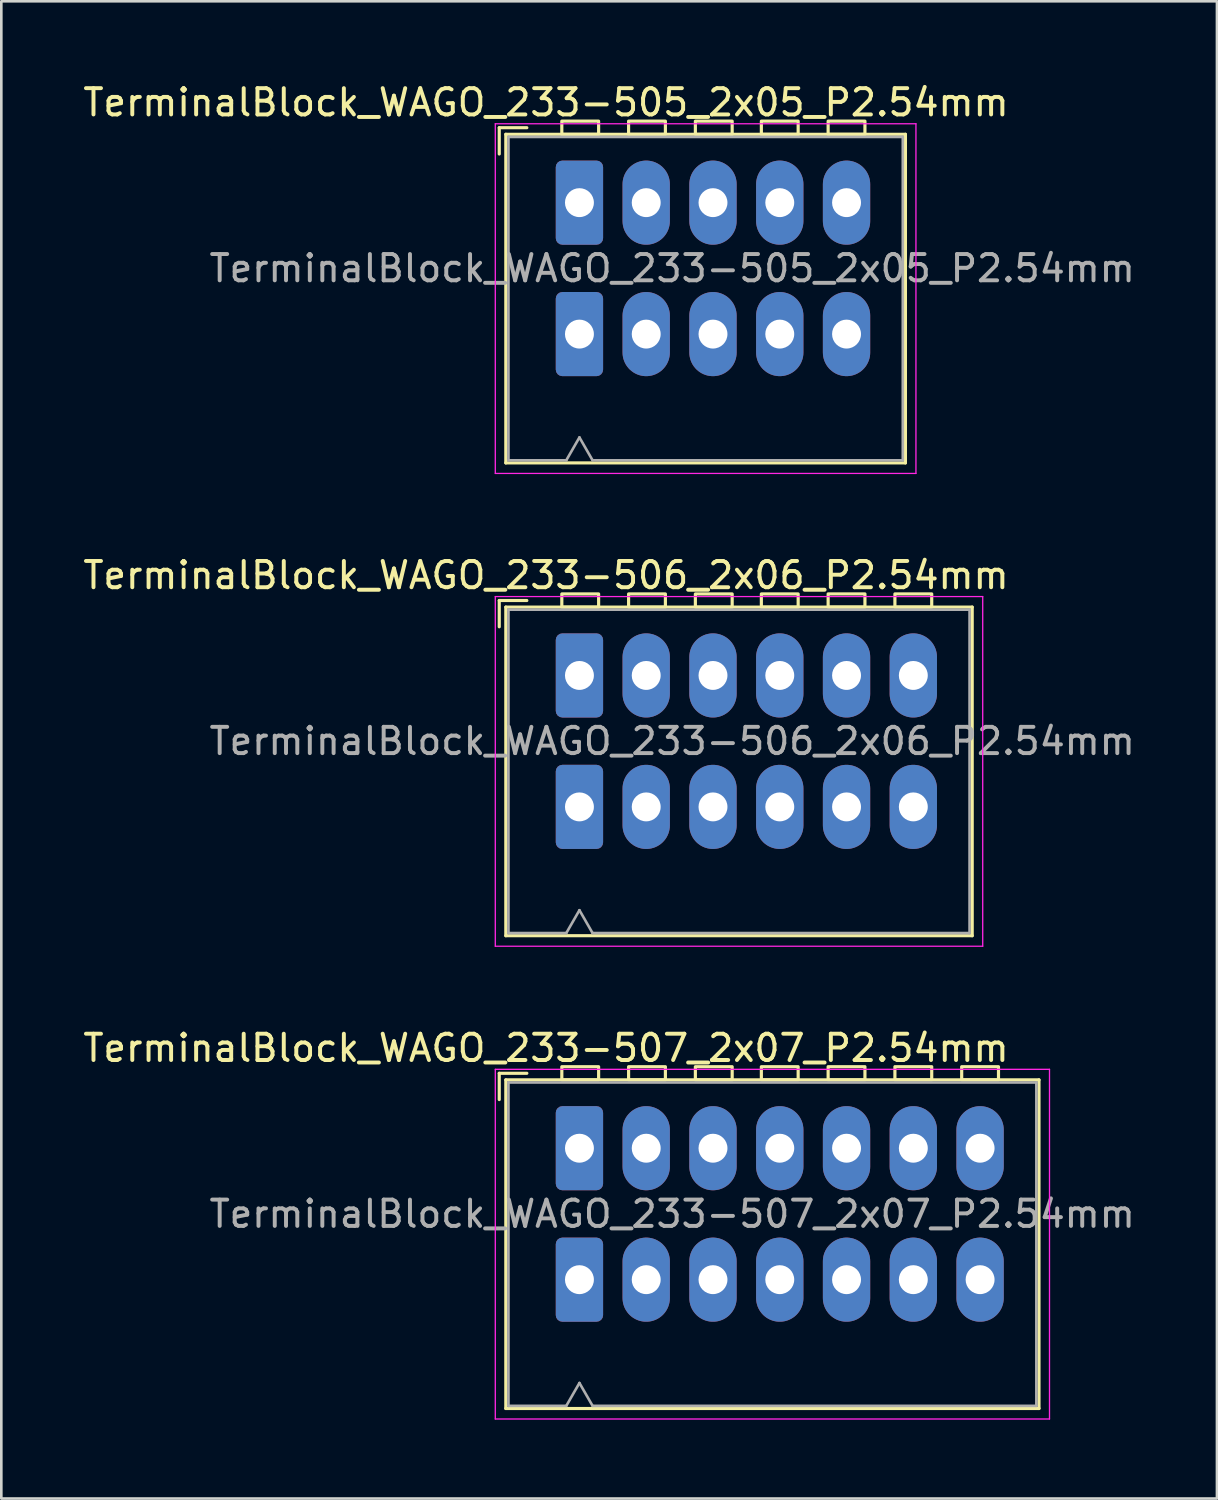
<source format=kicad_pcb>
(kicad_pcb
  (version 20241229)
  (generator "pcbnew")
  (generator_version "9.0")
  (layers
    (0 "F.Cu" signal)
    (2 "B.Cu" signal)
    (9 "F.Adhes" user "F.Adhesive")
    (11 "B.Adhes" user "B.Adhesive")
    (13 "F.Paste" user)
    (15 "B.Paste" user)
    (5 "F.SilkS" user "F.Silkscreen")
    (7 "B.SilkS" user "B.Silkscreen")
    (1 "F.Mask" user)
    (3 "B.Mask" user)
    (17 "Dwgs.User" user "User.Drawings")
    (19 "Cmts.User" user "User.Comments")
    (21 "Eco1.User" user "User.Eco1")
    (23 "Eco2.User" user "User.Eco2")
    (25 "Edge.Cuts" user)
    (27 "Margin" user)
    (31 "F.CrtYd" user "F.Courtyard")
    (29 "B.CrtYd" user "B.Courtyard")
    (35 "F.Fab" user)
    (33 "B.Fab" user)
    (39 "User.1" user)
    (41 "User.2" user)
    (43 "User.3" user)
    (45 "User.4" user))
  (footprint "TerminalBlock_WAGO_233-506_2x06_P2.54mm"
    (layer "F.Cu")
    (at 18.99 22.642)
    (property "Reference" "TerminalBlock_WAGO_233-506_2x06_P2.54mm" (at -1.27 -3.81 0) (layer "F.SilkS") (effects (font (size 1 1) (thickness 0.15))))
    (attr through_hole)
    (fp_line (start -3.05 -2.85) (end -3.05 -1.85) (stroke (width 0.12) (type default)) (layer "F.SilkS"))
    (fp_line (start -3.05 -2.85) (end -2 -2.85) (stroke (width 0.12) (type default)) (layer "F.SilkS"))
    (fp_line (start -2.8 -2.6) (end 14.94 -2.6) (stroke (width 0.12) (type solid)) (layer "F.SilkS"))
    (fp_line (start -2.8 9.9) (end -2.8 -2.6) (stroke (width 0.12) (type solid)) (layer "F.SilkS"))
    (fp_line (start 14.94 -2.6) (end 14.94 9.9) (stroke (width 0.12) (type solid)) (layer "F.SilkS"))
    (fp_line (start 14.94 9.9) (end -2.8 9.9) (stroke (width 0.12) (type solid)) (layer "F.SilkS"))
    (fp_rect (start -0.67 -3.1) (end 0.73 -2.6) (stroke (width 0.12) (type default)) (fill no) (layer "F.SilkS"))
    (fp_rect (start 1.87 -3.1) (end 3.27 -2.6) (stroke (width 0.12) (type default)) (fill no) (layer "F.SilkS"))
    (fp_rect (start 4.41 -3.1) (end 5.81 -2.6) (stroke (width 0.12) (type default)) (fill no) (layer "F.SilkS"))
    (fp_rect (start 6.92 -3.1) (end 8.32 -2.6) (stroke (width 0.12) (type default)) (fill no) (layer "F.SilkS"))
    (fp_rect (start 9.46 -3.101) (end 10.86 -2.601) (stroke (width 0.12) (type default)) (fill no) (layer "F.SilkS"))
    (fp_rect (start 12 -3.101) (end 13.4 -2.601) (stroke (width 0.12) (type default)) (fill no) (layer "F.SilkS"))
    (fp_line (start -3.2 -3) (end 15.34 -3) (stroke (width 0.05) (type solid)) (layer "F.CrtYd"))
    (fp_line (start -3.2 10.3) (end -3.2 -3) (stroke (width 0.05) (type solid)) (layer "F.CrtYd"))
    (fp_line (start 15.34 -3) (end 15.34 10.3) (stroke (width 0.05) (type solid)) (layer "F.CrtYd"))
    (fp_line (start 15.34 10.3) (end -3.2 10.3) (stroke (width 0.05) (type solid)) (layer "F.CrtYd"))
    (fp_line (start -2.7 -2.5) (end 14.84 -2.5) (stroke (width 0.1) (type default)) (layer "F.Fab"))
    (fp_line (start -2.7 9.8) (end -2.7 -2.5) (stroke (width 0.1) (type default)) (layer "F.Fab"))
    (fp_line (start -2.7 9.8) (end -0.5 9.8) (stroke (width 0.1) (type default)) (layer "F.Fab"))
    (fp_line (start 0 8.93) (end -0.5 9.8) (stroke (width 0.1) (type default)) (layer "F.Fab"))
    (fp_line (start 0.5 9.8) (end 0 8.93) (stroke (width 0.1) (type default)) (layer "F.Fab"))
    (fp_line (start 0.5 9.8) (end 14.84 9.8) (stroke (width 0.1) (type default)) (layer "F.Fab"))
    (fp_line (start 14.84 -2.5) (end 14.84 9.8) (stroke (width 0.1) (type default)) (layer "F.Fab"))
    (fp_text user "${REFERENCE}" (at 3.53 2.5 0) (layer "F.Fab") (effects (font (size 1 1) (thickness 0.15))))
    (pad "1" thru_hole roundrect (at 0 0) (size 1.8 3.2) (drill 1.1) (layers "*.Cu" "*.Mask") (roundrect_rratio 0.139))
    (pad "1" thru_hole roundrect (at 0 5) (size 1.8 3.2) (drill 1.1) (layers "*.Cu" "*.Mask") (roundrect_rratio 0.139))
    (pad "2" thru_hole oval (at 2.54 0) (size 1.8 3.2) (drill 1.1) (layers "*.Cu" "*.Mask"))
    (pad "2" thru_hole oval (at 2.54 5) (size 1.8 3.2) (drill 1.1) (layers "*.Cu" "*.Mask"))
    (pad "3" thru_hole oval (at 5.08 0) (size 1.8 3.2) (drill 1.1) (layers "*.Cu" "*.Mask"))
    (pad "3" thru_hole oval (at 5.08 5) (size 1.8 3.2) (drill 1.1) (layers "*.Cu" "*.Mask"))
    (pad "4" thru_hole oval (at 7.62 0) (size 1.8 3.2) (drill 1.1) (layers "*.Cu" "*.Mask"))
    (pad "4" thru_hole oval (at 7.62 5) (size 1.8 3.2) (drill 1.1) (layers "*.Cu" "*.Mask"))
    (pad "5" thru_hole oval (at 10.16 0) (size 1.8 3.2) (drill 1.1) (layers "*.Cu" "*.Mask"))
    (pad "5" thru_hole oval (at 10.16 5) (size 1.8 3.2) (drill 1.1) (layers "*.Cu" "*.Mask"))
    (pad "6" thru_hole oval (at 12.7 0) (size 1.8 3.2) (drill 1.1) (layers "*.Cu" "*.Mask"))
    (pad "6" thru_hole oval (at 12.7 5) (size 1.8 3.2) (drill 1.1) (layers "*.Cu" "*.Mask")))
  (footprint "TerminalBlock_WAGO_233-507_2x07_P2.54mm"
    (layer "F.Cu")
    (at 18.99 40.625)
    (property "Reference" "TerminalBlock_WAGO_233-507_2x07_P2.54mm" (at -1.27 -3.81 0) (layer "F.SilkS") (effects (font (size 1 1) (thickness 0.15))))
    (attr through_hole)
    (fp_line (start -3.05 -2.85) (end -3.05 -1.85) (stroke (width 0.12) (type default)) (layer "F.SilkS"))
    (fp_line (start -3.05 -2.85) (end -2 -2.85) (stroke (width 0.12) (type default)) (layer "F.SilkS"))
    (fp_line (start -2.8 -2.6) (end 17.48 -2.6) (stroke (width 0.12) (type solid)) (layer "F.SilkS"))
    (fp_line (start -2.8 9.9) (end -2.8 -2.6) (stroke (width 0.12) (type solid)) (layer "F.SilkS"))
    (fp_line (start 17.48 -2.6) (end 17.48 9.9) (stroke (width 0.12) (type solid)) (layer "F.SilkS"))
    (fp_line (start 17.48 9.9) (end -2.8 9.9) (stroke (width 0.12) (type solid)) (layer "F.SilkS"))
    (fp_rect (start -0.67 -3.1) (end 0.73 -2.6) (stroke (width 0.12) (type default)) (fill no) (layer "F.SilkS"))
    (fp_rect (start 1.87 -3.1) (end 3.27 -2.6) (stroke (width 0.12) (type default)) (fill no) (layer "F.SilkS"))
    (fp_rect (start 4.41 -3.1) (end 5.81 -2.6) (stroke (width 0.12) (type default)) (fill no) (layer "F.SilkS"))
    (fp_rect (start 6.92 -3.1) (end 8.32 -2.6) (stroke (width 0.12) (type default)) (fill no) (layer "F.SilkS"))
    (fp_rect (start 9.46 -3.101) (end 10.86 -2.601) (stroke (width 0.12) (type default)) (fill no) (layer "F.SilkS"))
    (fp_rect (start 12 -3.101) (end 13.4 -2.601) (stroke (width 0.12) (type default)) (fill no) (layer "F.SilkS"))
    (fp_rect (start 14.54 -3.1) (end 15.94 -2.6) (stroke (width 0.12) (type default)) (fill no) (layer "F.SilkS"))
    (fp_line (start -3.2 -3) (end 17.88 -3) (stroke (width 0.05) (type solid)) (layer "F.CrtYd"))
    (fp_line (start -3.2 10.3) (end -3.2 -3) (stroke (width 0.05) (type solid)) (layer "F.CrtYd"))
    (fp_line (start 17.88 -3) (end 17.88 10.3) (stroke (width 0.05) (type solid)) (layer "F.CrtYd"))
    (fp_line (start 17.88 10.3) (end -3.2 10.3) (stroke (width 0.05) (type solid)) (layer "F.CrtYd"))
    (fp_line (start -2.7 -2.5) (end 17.38 -2.5) (stroke (width 0.1) (type default)) (layer "F.Fab"))
    (fp_line (start -2.7 9.8) (end -2.7 -2.5) (stroke (width 0.1) (type default)) (layer "F.Fab"))
    (fp_line (start -2.7 9.8) (end -0.5 9.8) (stroke (width 0.1) (type default)) (layer "F.Fab"))
    (fp_line (start 0 8.93) (end -0.5 9.8) (stroke (width 0.1) (type default)) (layer "F.Fab"))
    (fp_line (start 0.5 9.8) (end 0 8.93) (stroke (width 0.1) (type default)) (layer "F.Fab"))
    (fp_line (start 0.5 9.8) (end 17.38 9.8) (stroke (width 0.1) (type default)) (layer "F.Fab"))
    (fp_line (start 17.38 -2.5) (end 17.38 9.8) (stroke (width 0.1) (type default)) (layer "F.Fab"))
    (fp_text user "${REFERENCE}" (at 3.53 2.5 0) (layer "F.Fab") (effects (font (size 1 1) (thickness 0.15))))
    (pad "1" thru_hole roundrect (at 0 0) (size 1.8 3.2) (drill 1.1) (layers "*.Cu" "*.Mask") (roundrect_rratio 0.139))
    (pad "1" thru_hole roundrect (at 0 5) (size 1.8 3.2) (drill 1.1) (layers "*.Cu" "*.Mask") (roundrect_rratio 0.139))
    (pad "2" thru_hole oval (at 2.54 0) (size 1.8 3.2) (drill 1.1) (layers "*.Cu" "*.Mask"))
    (pad "2" thru_hole oval (at 2.54 5) (size 1.8 3.2) (drill 1.1) (layers "*.Cu" "*.Mask"))
    (pad "3" thru_hole oval (at 5.08 0) (size 1.8 3.2) (drill 1.1) (layers "*.Cu" "*.Mask"))
    (pad "3" thru_hole oval (at 5.08 5) (size 1.8 3.2) (drill 1.1) (layers "*.Cu" "*.Mask"))
    (pad "4" thru_hole oval (at 7.62 0) (size 1.8 3.2) (drill 1.1) (layers "*.Cu" "*.Mask"))
    (pad "4" thru_hole oval (at 7.62 5) (size 1.8 3.2) (drill 1.1) (layers "*.Cu" "*.Mask"))
    (pad "5" thru_hole oval (at 10.16 0) (size 1.8 3.2) (drill 1.1) (layers "*.Cu" "*.Mask"))
    (pad "5" thru_hole oval (at 10.16 5) (size 1.8 3.2) (drill 1.1) (layers "*.Cu" "*.Mask"))
    (pad "6" thru_hole oval (at 12.7 0) (size 1.8 3.2) (drill 1.1) (layers "*.Cu" "*.Mask"))
    (pad "6" thru_hole oval (at 12.7 5) (size 1.8 3.2) (drill 1.1) (layers "*.Cu" "*.Mask"))
    (pad "7" thru_hole oval (at 15.24 0) (size 1.8 3.2) (drill 1.1) (layers "*.Cu" "*.Mask"))
    (pad "7" thru_hole oval (at 15.24 5) (size 1.8 3.2) (drill 1.1) (layers "*.Cu" "*.Mask")))
  (footprint "TerminalBlock_WAGO_233-505_2x05_P2.54mm"
    (layer "F.Cu")
    (at 18.99 4.658)
    (property "Reference" "TerminalBlock_WAGO_233-505_2x05_P2.54mm" (at -1.27 -3.81 0) (layer "F.SilkS") (effects (font (size 1 1) (thickness 0.15))))
    (attr through_hole)
    (fp_line (start -3.05 -2.85) (end -3.05 -1.85) (stroke (width 0.12) (type default)) (layer "F.SilkS"))
    (fp_line (start -3.05 -2.85) (end -2 -2.85) (stroke (width 0.12) (type default)) (layer "F.SilkS"))
    (fp_line (start -2.8 -2.6) (end 12.4 -2.6) (stroke (width 0.12) (type solid)) (layer "F.SilkS"))
    (fp_line (start -2.8 9.9) (end -2.8 -2.6) (stroke (width 0.12) (type solid)) (layer "F.SilkS"))
    (fp_line (start 12.4 -2.6) (end 12.4 9.9) (stroke (width 0.12) (type solid)) (layer "F.SilkS"))
    (fp_line (start 12.4 9.9) (end -2.8 9.9) (stroke (width 0.12) (type solid)) (layer "F.SilkS"))
    (fp_rect (start -0.67 -3.1) (end 0.73 -2.6) (stroke (width 0.12) (type default)) (fill no) (layer "F.SilkS"))
    (fp_rect (start 1.87 -3.1) (end 3.27 -2.6) (stroke (width 0.12) (type default)) (fill no) (layer "F.SilkS"))
    (fp_rect (start 4.41 -3.1) (end 5.81 -2.6) (stroke (width 0.12) (type default)) (fill no) (layer "F.SilkS"))
    (fp_rect (start 6.92 -3.1) (end 8.32 -2.6) (stroke (width 0.12) (type default)) (fill no) (layer "F.SilkS"))
    (fp_rect (start 9.46 -3.1) (end 10.86 -2.6) (stroke (width 0.12) (type default)) (fill no) (layer "F.SilkS"))
    (fp_line (start -3.2 -3) (end 12.8 -3) (stroke (width 0.05) (type solid)) (layer "F.CrtYd"))
    (fp_line (start -3.2 10.3) (end -3.2 -3) (stroke (width 0.05) (type solid)) (layer "F.CrtYd"))
    (fp_line (start 12.8 -3) (end 12.8 10.3) (stroke (width 0.05) (type solid)) (layer "F.CrtYd"))
    (fp_line (start 12.8 10.3) (end -3.2 10.3) (stroke (width 0.05) (type solid)) (layer "F.CrtYd"))
    (fp_line (start -2.7 -2.5) (end 12.3 -2.5) (stroke (width 0.1) (type default)) (layer "F.Fab"))
    (fp_line (start -2.7 9.8) (end -2.7 -2.5) (stroke (width 0.1) (type default)) (layer "F.Fab"))
    (fp_line (start -2.7 9.8) (end -0.5 9.8) (stroke (width 0.1) (type default)) (layer "F.Fab"))
    (fp_line (start 0 8.93) (end -0.5 9.8) (stroke (width 0.1) (type default)) (layer "F.Fab"))
    (fp_line (start 0.5 9.8) (end 0 8.93) (stroke (width 0.1) (type default)) (layer "F.Fab"))
    (fp_line (start 0.5 9.8) (end 12.3 9.8) (stroke (width 0.1) (type default)) (layer "F.Fab"))
    (fp_line (start 12.3 -2.5) (end 12.3 9.8) (stroke (width 0.1) (type default)) (layer "F.Fab"))
    (fp_text user "${REFERENCE}" (at 3.53 2.5 0) (layer "F.Fab") (effects (font (size 1 1) (thickness 0.15))))
    (pad "1" thru_hole roundrect (at 0 0) (size 1.8 3.2) (drill 1.1) (layers "*.Cu" "*.Mask") (roundrect_rratio 0.139))
    (pad "1" thru_hole roundrect (at 0 5) (size 1.8 3.2) (drill 1.1) (layers "*.Cu" "*.Mask") (roundrect_rratio 0.139))
    (pad "2" thru_hole oval (at 2.54 0) (size 1.8 3.2) (drill 1.1) (layers "*.Cu" "*.Mask"))
    (pad "2" thru_hole oval (at 2.54 5) (size 1.8 3.2) (drill 1.1) (layers "*.Cu" "*.Mask"))
    (pad "3" thru_hole oval (at 5.08 0) (size 1.8 3.2) (drill 1.1) (layers "*.Cu" "*.Mask"))
    (pad "3" thru_hole oval (at 5.08 5) (size 1.8 3.2) (drill 1.1) (layers "*.Cu" "*.Mask"))
    (pad "4" thru_hole oval (at 7.62 0) (size 1.8 3.2) (drill 1.1) (layers "*.Cu" "*.Mask"))
    (pad "4" thru_hole oval (at 7.62 5) (size 1.8 3.2) (drill 1.1) (layers "*.Cu" "*.Mask"))
    (pad "5" thru_hole oval (at 10.16 0) (size 1.8 3.2) (drill 1.1) (layers "*.Cu" "*.Mask"))
    (pad "5" thru_hole oval (at 10.16 5) (size 1.8 3.2) (drill 1.1) (layers "*.Cu" "*.Mask")))
  (gr_rect
    (start -3 -3)
    (end 43.24 53.95)
    (stroke (width 0.1) (type default))
    (fill no)
    (layer "Edge.Cuts")))
</source>
